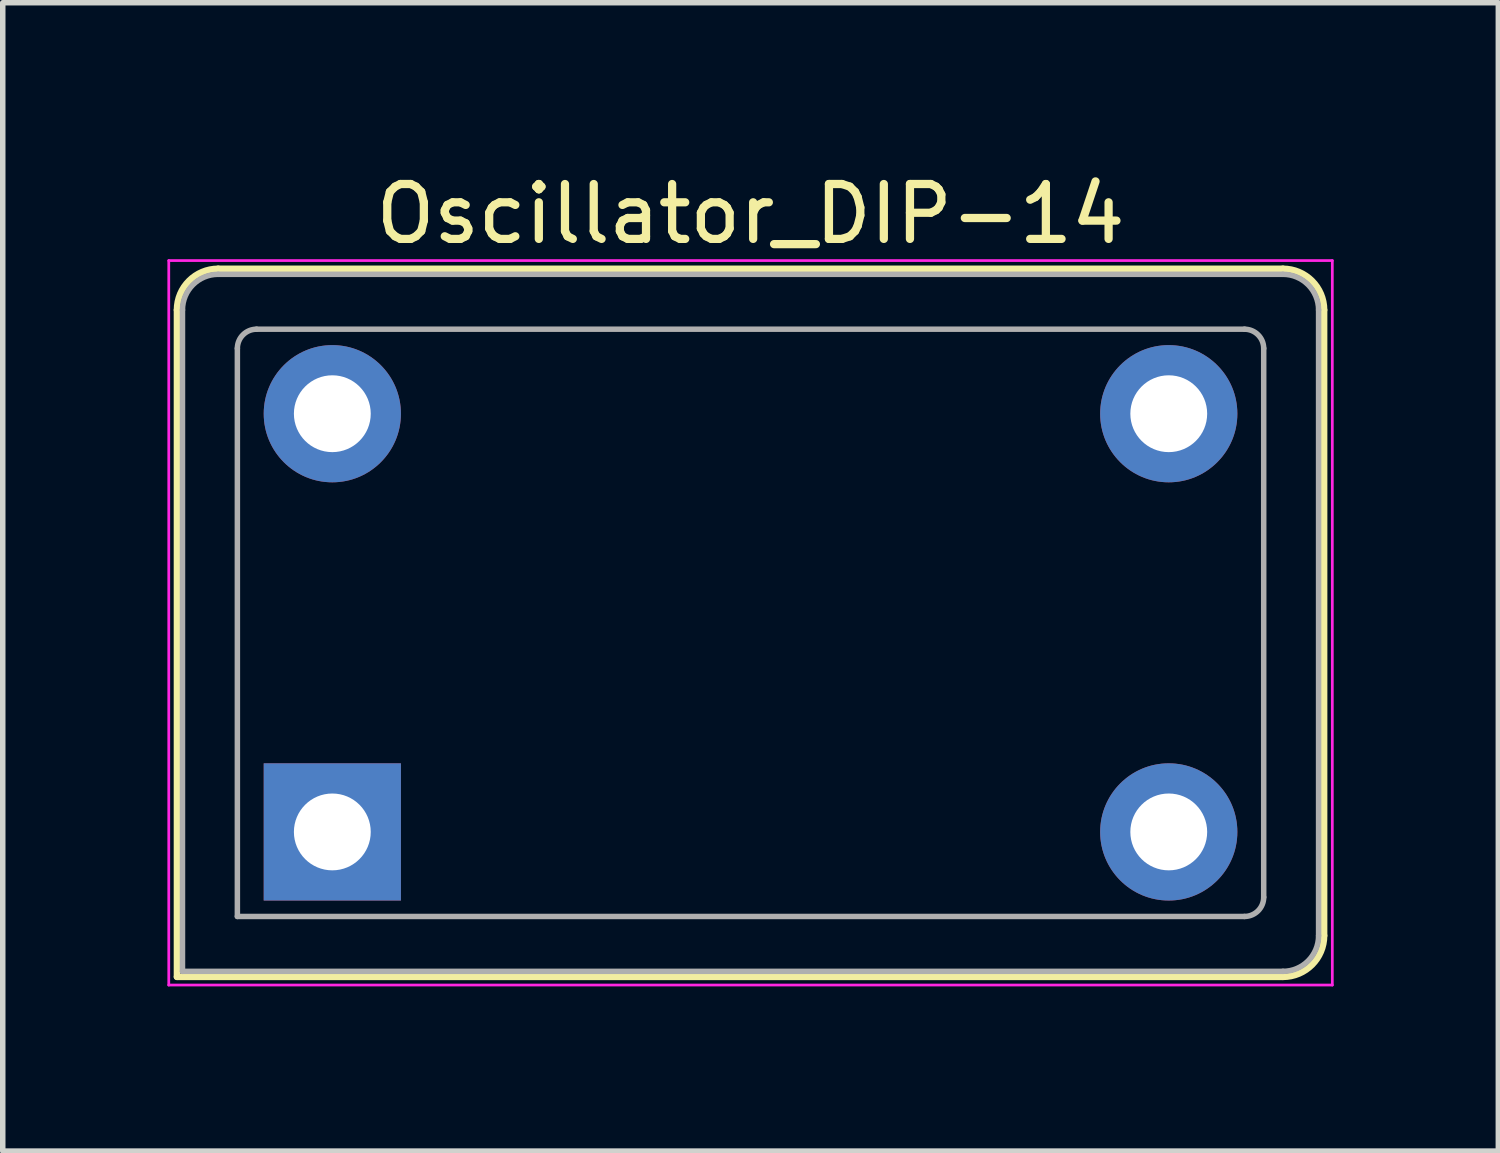
<source format=kicad_pcb>
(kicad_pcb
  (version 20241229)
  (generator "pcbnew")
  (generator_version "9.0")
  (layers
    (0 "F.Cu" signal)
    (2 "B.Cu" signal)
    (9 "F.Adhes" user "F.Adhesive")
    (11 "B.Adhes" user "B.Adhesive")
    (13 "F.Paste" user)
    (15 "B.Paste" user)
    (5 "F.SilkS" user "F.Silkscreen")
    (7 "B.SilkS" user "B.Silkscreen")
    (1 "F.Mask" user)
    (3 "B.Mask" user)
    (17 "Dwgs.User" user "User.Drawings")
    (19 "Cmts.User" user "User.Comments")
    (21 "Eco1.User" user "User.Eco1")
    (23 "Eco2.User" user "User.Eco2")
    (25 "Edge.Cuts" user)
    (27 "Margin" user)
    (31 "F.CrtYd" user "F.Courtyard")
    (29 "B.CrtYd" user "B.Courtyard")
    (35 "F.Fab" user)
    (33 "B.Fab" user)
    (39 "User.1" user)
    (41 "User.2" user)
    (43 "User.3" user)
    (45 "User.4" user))
  (footprint "Oscillator_DIP-14"
    (layer "F.Cu")
    (at 3.005 12.108)
    (property "Reference" "Oscillator_DIP-14" (at 7.62 -11.26 0) (layer "F.SilkS") (effects (font (size 1 1) (thickness 0.15))))
    (attr through_hole)
    (fp_line (start -2.83 -9.51) (end -2.83 2.64) (stroke (width 0.12) (type solid)) (layer "F.SilkS"))
    (fp_line (start -2.83 2.64) (end 17.32 2.64) (stroke (width 0.12) (type solid)) (layer "F.SilkS"))
    (fp_line (start 17.32 -10.26) (end -2.08 -10.26) (stroke (width 0.12) (type solid)) (layer "F.SilkS"))
    (fp_line (start 18.07 1.89) (end 18.07 -9.51) (stroke (width 0.12) (type solid)) (layer "F.SilkS"))
    (fp_arc (start -2.83 -9.51) (mid -2.61033 -10.04033) (end -2.08 -10.26) (stroke (width 0.12) (type solid)) (layer "F.SilkS"))
    (fp_arc (start 17.32 -10.26) (mid 17.85033 -10.04033) (end 18.07 -9.51) (stroke (width 0.12) (type solid)) (layer "F.SilkS"))
    (fp_arc (start 18.07 1.89) (mid 17.85033 2.42033) (end 17.32 2.64) (stroke (width 0.12) (type solid)) (layer "F.SilkS"))
    (fp_line (start -2.98 -10.41) (end -2.98 2.79) (stroke (width 0.05) (type solid)) (layer "F.CrtYd"))
    (fp_line (start -2.98 2.79) (end 18.22 2.79) (stroke (width 0.05) (type solid)) (layer "F.CrtYd"))
    (fp_line (start 18.22 -10.41) (end -2.98 -10.41) (stroke (width 0.05) (type solid)) (layer "F.CrtYd"))
    (fp_line (start 18.22 2.79) (end 18.22 -10.41) (stroke (width 0.05) (type solid)) (layer "F.CrtYd"))
    (fp_line (start -2.73 2.54) (end -2.73 -9.51) (stroke (width 0.1) (type solid)) (layer "F.Fab"))
    (fp_line (start -2.73 2.54) (end 17.32 2.54) (stroke (width 0.1) (type solid)) (layer "F.Fab"))
    (fp_line (start -2.08 -10.16) (end 17.32 -10.16) (stroke (width 0.1) (type solid)) (layer "F.Fab"))
    (fp_line (start -1.73 1.54) (end -1.73 -8.81) (stroke (width 0.1) (type solid)) (layer "F.Fab"))
    (fp_line (start -1.73 1.54) (end 16.62 1.54) (stroke (width 0.1) (type solid)) (layer "F.Fab"))
    (fp_line (start -1.38 -9.16) (end 16.62 -9.16) (stroke (width 0.1) (type solid)) (layer "F.Fab"))
    (fp_line (start 16.97 1.19) (end 16.97 -8.81) (stroke (width 0.1) (type solid)) (layer "F.Fab"))
    (fp_line (start 17.97 -9.51) (end 17.97 1.89) (stroke (width 0.1) (type solid)) (layer "F.Fab"))
    (fp_arc (start -2.73 -9.51) (mid -2.539619 -9.969619) (end -2.08 -10.16) (stroke (width 0.1) (type solid)) (layer "F.Fab"))
    (fp_arc (start -1.73 -8.81) (mid -1.627487 -9.057487) (end -1.38 -9.16) (stroke (width 0.1) (type solid)) (layer "F.Fab"))
    (fp_arc (start 16.62 -9.16) (mid 16.867487 -9.057487) (end 16.97 -8.81) (stroke (width 0.1) (type solid)) (layer "F.Fab"))
    (fp_arc (start 16.97 1.19) (mid 16.867487 1.437487) (end 16.62 1.54) (stroke (width 0.1) (type solid)) (layer "F.Fab"))
    (fp_arc (start 17.32 -10.16) (mid 17.779619 -9.969619) (end 17.97 -9.51) (stroke (width 0.1) (type solid)) (layer "F.Fab"))
    (fp_arc (start 17.97 1.89) (mid 17.779619 2.349619) (end 17.32 2.54) (stroke (width 0.1) (type solid)) (layer "F.Fab"))
    (pad "1" thru_hole rect (at 0 0) (size 2.5 2.5) (drill 1.4) (layers "*.Cu" "*.Mask"))
    (pad "7" thru_hole circle (at 15.24 0) (size 2.5 2.5) (drill 1.4) (layers "*.Cu" "*.Mask"))
    (pad "8" thru_hole circle (at 15.24 -7.62) (size 2.5 2.5) (drill 1.4) (layers "*.Cu" "*.Mask"))
    (pad "14" thru_hole circle (at 0 -7.62) (size 2.5 2.5) (drill 1.4) (layers "*.Cu" "*.Mask")))
  (gr_rect
    (start -3 -3)
    (end 24.25 17.923)
    (stroke (width 0.1) (type default))
    (fill no)
    (layer "Edge.Cuts")))
</source>
